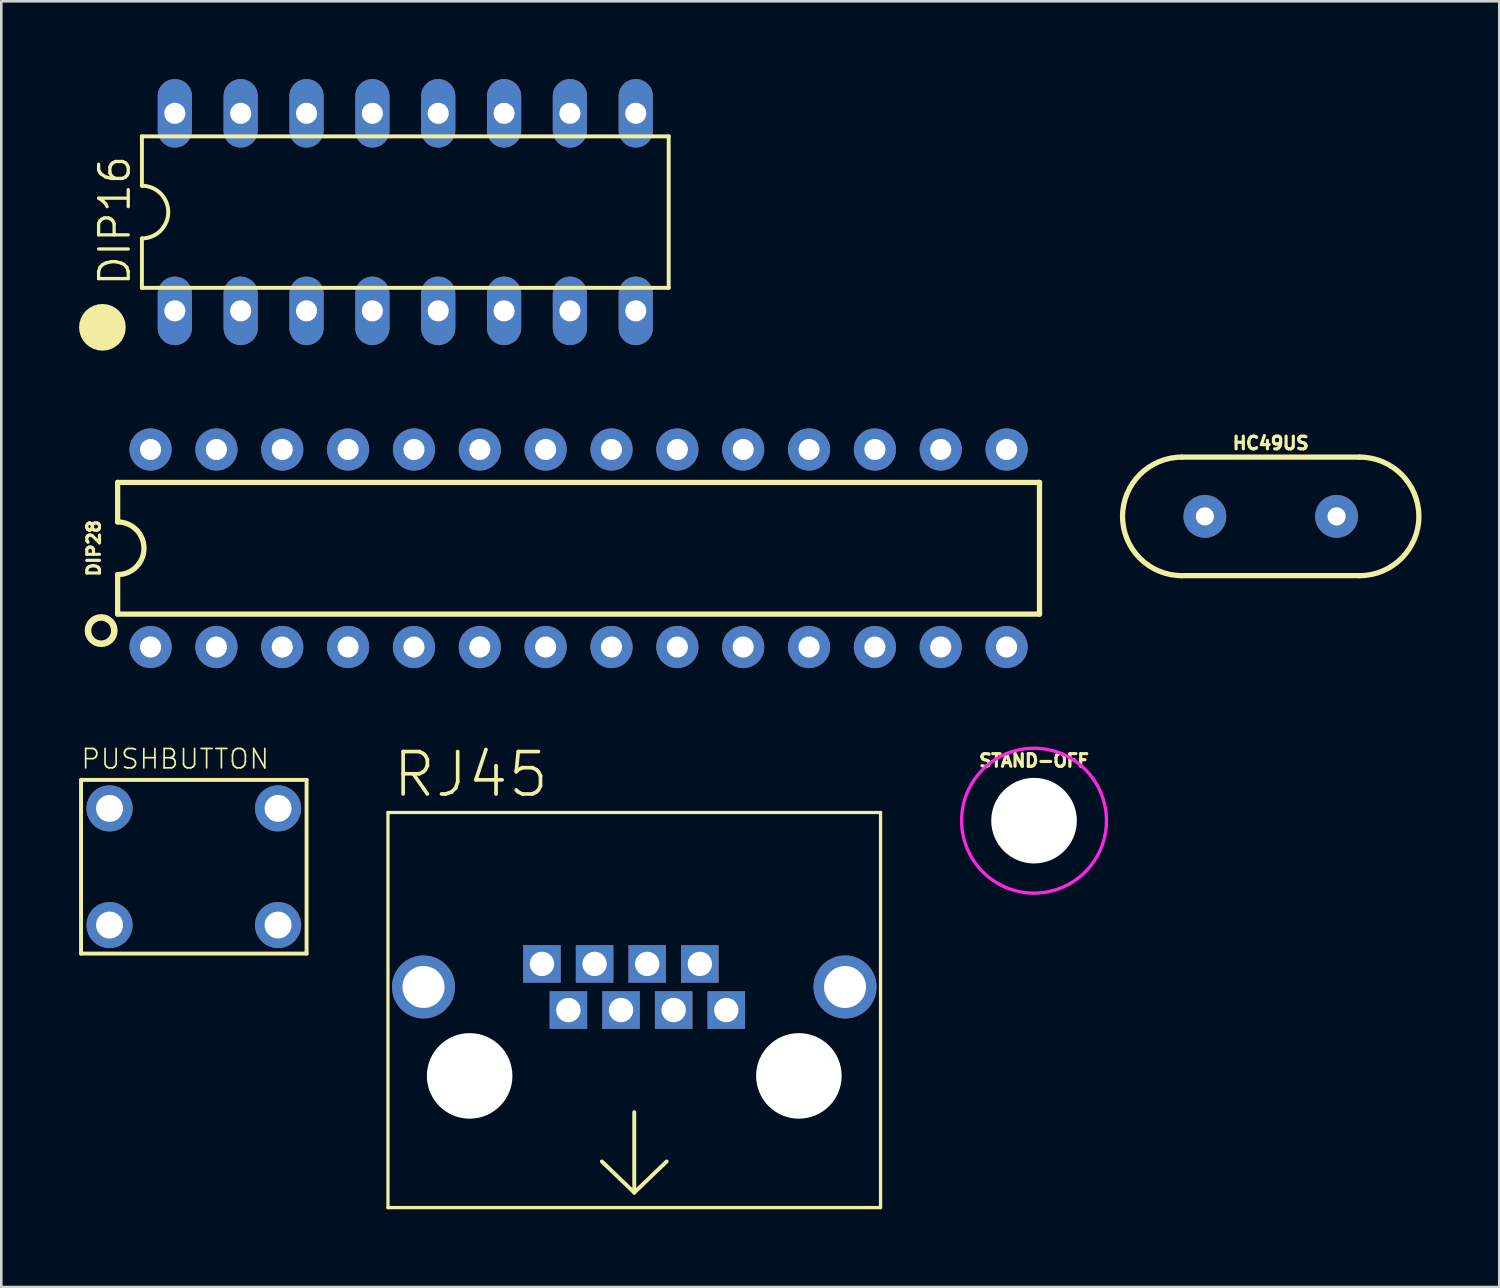
<source format=kicad_pcb>
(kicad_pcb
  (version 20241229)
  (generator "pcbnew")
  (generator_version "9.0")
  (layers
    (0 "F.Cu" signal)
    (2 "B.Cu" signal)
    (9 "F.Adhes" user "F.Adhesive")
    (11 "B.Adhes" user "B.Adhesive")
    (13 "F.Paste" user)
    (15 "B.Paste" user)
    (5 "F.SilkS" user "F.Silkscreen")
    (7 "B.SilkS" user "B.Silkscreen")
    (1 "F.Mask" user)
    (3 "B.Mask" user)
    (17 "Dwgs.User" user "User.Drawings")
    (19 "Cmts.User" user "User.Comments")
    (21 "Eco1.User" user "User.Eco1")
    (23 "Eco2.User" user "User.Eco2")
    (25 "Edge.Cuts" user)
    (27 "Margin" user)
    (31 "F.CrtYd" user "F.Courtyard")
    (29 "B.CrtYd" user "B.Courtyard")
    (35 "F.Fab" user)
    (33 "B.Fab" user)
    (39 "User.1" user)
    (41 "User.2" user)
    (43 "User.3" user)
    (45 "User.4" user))
  (footprint "HC49US"
    (layer "F.Cu")
    (at 45.967 16.869)
    (property "Reference" "HC49US" (at 0 -2.54 0) (layer "F.SilkS") (effects (font (size 0.488 0.488) (thickness 0.122)) (justify bottom)))
    (fp_line (start -3.429 2.286) (end 3.429 2.286) (stroke (width 0.203) (type solid)) (layer "F.SilkS"))
    (fp_line (start 3.429 -2.286) (end -3.429 -2.286) (stroke (width 0.203) (type solid)) (layer "F.SilkS"))
    (fp_arc (start -3.429 2.286) (mid -5.715 0) (end -3.429 -2.286) (stroke (width 0.2032) (type solid)) (layer "F.SilkS"))
    (fp_arc (start 3.429 -2.286) (mid 5.715 0) (end 3.429 2.286) (stroke (width 0.2032) (type solid)) (layer "F.SilkS"))
    (pad "1" thru_hole circle (at -2.54 0 90) (size 1.651 1.651) (drill 0.7) (layers "*.Cu" "*.Mask"))
    (pad "2" thru_hole circle (at 2.54 0 90) (size 1.651 1.651) (drill 0.7) (layers "*.Cu" "*.Mask")))
  (footprint "STAND-OFF"
    (layer "F.Cu")
    (at 36.837 28.607)
    (property "Reference" "STAND-OFF" (at 0 -2.032 0) (layer "F.SilkS") (effects (font (size 0.488 0.488) (thickness 0.122)) (justify bottom)))
    (fp_circle (center 0 0) (end 2.794 0) (stroke (width 0.127) (type solid)) (fill no) (layer "F.CrtYd"))
    (pad "" np_thru_hole circle (at 0 0) (size 3.302 3.302) (drill 3.302) (layers "*.Cu" "*.Mask")))
  (footprint "DIP16"
    (layer "F.Cu")
    (at 12.584 5.131)
    (property "Reference" "DIP16" (at -10.541 2.921 90) (layer "F.SilkS") (effects (font (size 1.143 1.143) (thickness 0.127)) (justify left bottom)))
    (fp_line (start -10.16 -2.921) (end -10.16 -1.016) (stroke (width 0.152) (type solid)) (layer "F.SilkS"))
    (fp_line (start -10.16 2.921) (end -10.16 1.016) (stroke (width 0.152) (type solid)) (layer "F.SilkS"))
    (fp_line (start -10.16 2.921) (end 10.16 2.921) (stroke (width 0.152) (type solid)) (layer "F.SilkS"))
    (fp_line (start 10.16 -2.921) (end -10.16 -2.921) (stroke (width 0.152) (type solid)) (layer "F.SilkS"))
    (fp_line (start 10.16 -2.921) (end 10.16 2.921) (stroke (width 0.152) (type solid)) (layer "F.SilkS"))
    (fp_arc (start -10.16 -1.016) (mid -9.144 0) (end -10.16 1.016) (stroke (width 0.1524) (type solid)) (layer "F.SilkS"))
    (fp_circle (center -11.684 4.445) (end -11.234 4.445) (stroke (width 0.9) (type solid)) (fill no) (layer "F.SilkS"))
    (pad "1" thru_hole oval (at -8.89 3.81 90) (size 2.642 1.321) (drill 0.813) (layers "*.Cu" "*.Mask"))
    (pad "2" thru_hole oval (at -6.35 3.81 90) (size 2.642 1.321) (drill 0.813) (layers "*.Cu" "*.Mask"))
    (pad "3" thru_hole oval (at -3.81 3.81 90) (size 2.642 1.321) (drill 0.813) (layers "*.Cu" "*.Mask"))
    (pad "4" thru_hole oval (at -1.27 3.81 90) (size 2.642 1.321) (drill 0.813) (layers "*.Cu" "*.Mask"))
    (pad "5" thru_hole oval (at 1.27 3.81 90) (size 2.642 1.321) (drill 0.813) (layers "*.Cu" "*.Mask"))
    (pad "6" thru_hole oval (at 3.81 3.81 90) (size 2.642 1.321) (drill 0.813) (layers "*.Cu" "*.Mask"))
    (pad "7" thru_hole oval (at 6.35 3.81 90) (size 2.642 1.321) (drill 0.813) (layers "*.Cu" "*.Mask"))
    (pad "8" thru_hole oval (at 8.89 3.81 90) (size 2.642 1.321) (drill 0.813) (layers "*.Cu" "*.Mask"))
    (pad "9" thru_hole oval (at 8.89 -3.81 90) (size 2.642 1.321) (drill 0.813) (layers "*.Cu" "*.Mask"))
    (pad "10" thru_hole oval (at 6.35 -3.81 90) (size 2.642 1.321) (drill 0.813) (layers "*.Cu" "*.Mask"))
    (pad "11" thru_hole oval (at 3.81 -3.81 90) (size 2.642 1.321) (drill 0.813) (layers "*.Cu" "*.Mask"))
    (pad "12" thru_hole oval (at 1.27 -3.81 90) (size 2.642 1.321) (drill 0.813) (layers "*.Cu" "*.Mask"))
    (pad "13" thru_hole oval (at -1.27 -3.81 90) (size 2.642 1.321) (drill 0.813) (layers "*.Cu" "*.Mask"))
    (pad "14" thru_hole oval (at -3.81 -3.81 90) (size 2.642 1.321) (drill 0.813) (layers "*.Cu" "*.Mask"))
    (pad "15" thru_hole oval (at -6.35 -3.81 90) (size 2.642 1.321) (drill 0.813) (layers "*.Cu" "*.Mask"))
    (pad "16" thru_hole oval (at -8.89 -3.81 90) (size 2.642 1.321) (drill 0.813) (layers "*.Cu" "*.Mask")))
  (footprint "PUSHBUTTON"
    (layer "F.Cu")
    (at 1.176 32.633)
    (property "Reference" "PUSHBUTTON" (at -1.143 -5.969 0) (layer "F.SilkS") (effects (font (size 0.748 0.748) (thickness 0.065)) (justify left bottom)))
    (fp_line (start -1.1 -5.6) (end 7.6 -5.6) (stroke (width 0.152) (type solid)) (layer "F.SilkS"))
    (fp_line (start -1.1 1.1) (end -1.1 -5.6) (stroke (width 0.152) (type solid)) (layer "F.SilkS"))
    (fp_line (start -1.1 1.1) (end 7.6 1.1) (stroke (width 0.152) (type solid)) (layer "F.SilkS"))
    (fp_line (start 7.6 -5.6) (end 7.6 1.1) (stroke (width 0.152) (type solid)) (layer "F.SilkS"))
    (pad "1" thru_hole circle (at 0 0) (size 1.778 1.778) (drill 1.04) (layers "*.Cu" "*.Mask"))
    (pad "2" thru_hole circle (at 6.5 0) (size 1.778 1.778) (drill 1.04) (layers "*.Cu" "*.Mask"))
    (pad "3" thru_hole circle (at 0 -4.5) (size 1.778 1.778) (drill 1.04) (layers "*.Cu" "*.Mask"))
    (pad "4" thru_hole circle (at 6.5 -4.5) (size 1.778 1.778) (drill 1.04) (layers "*.Cu" "*.Mask")))
  (footprint "RJ45"
    (layer "F.Cu")
    (at 15.066 38.452)
    (property "Reference" "RJ45" (at -3.048 -10.668 0) (layer "F.SilkS") (effects (font (size 1.636 1.636) (thickness 0.142)) (justify left bottom)))
    (fp_line (start -3.15 -10.16) (end 15.85 -10.16) (stroke (width 0.127) (type solid)) (layer "F.SilkS"))
    (fp_line (start -3.15 5.08) (end -3.15 -10.16) (stroke (width 0.127) (type solid)) (layer "F.SilkS"))
    (fp_line (start -3.15 5.08) (end 15.85 5.08) (stroke (width 0.127) (type solid)) (layer "F.SilkS"))
    (fp_line (start 6.35 4.5) (end 5.1 3.3) (stroke (width 0.152) (type solid)) (layer "F.SilkS"))
    (fp_line (start 6.35 4.5) (end 6.35 1.4) (stroke (width 0.152) (type solid)) (layer "F.SilkS"))
    (fp_line (start 7.6 3.3) (end 6.35 4.5) (stroke (width 0.152) (type solid)) (layer "F.SilkS"))
    (fp_line (start 15.85 5.08) (end 15.85 -10.16) (stroke (width 0.127) (type solid)) (layer "F.SilkS"))
    (pad "" np_thru_hole circle (at 0 0) (size 3.3 3.3) (drill 3.3) (layers "*.Cu" "*.Mask"))
    (pad "" np_thru_hole circle (at 12.7 0) (size 3.3 3.3) (drill 3.3) (layers "*.Cu" "*.Mask"))
    (pad "1" thru_hole rect (at 9.9 -2.54) (size 1.448 1.448) (drill 0.94) (layers "*.Cu" "*.Mask"))
    (pad "2" thru_hole rect (at 8.88 -4.32) (size 1.448 1.448) (drill 0.94) (layers "*.Cu" "*.Mask"))
    (pad "3" thru_hole rect (at 7.87 -2.54) (size 1.448 1.448) (drill 0.94) (layers "*.Cu" "*.Mask"))
    (pad "4" thru_hole rect (at 6.85 -4.32) (size 1.448 1.448) (drill 0.94) (layers "*.Cu" "*.Mask"))
    (pad "5" thru_hole rect (at 5.84 -2.54) (size 1.448 1.448) (drill 0.94) (layers "*.Cu" "*.Mask"))
    (pad "6" thru_hole rect (at 4.82 -4.32) (size 1.448 1.448) (drill 0.94) (layers "*.Cu" "*.Mask"))
    (pad "7" thru_hole rect (at 3.81 -2.54) (size 1.448 1.448) (drill 0.94) (layers "*.Cu" "*.Mask"))
    (pad "8" thru_hole rect (at 2.79 -4.32) (size 1.448 1.448) (drill 0.94) (layers "*.Cu" "*.Mask"))
    (pad "9" thru_hole circle (at -1.78 -3.43) (size 2.43 2.43) (drill 1.62) (layers "*.Cu" "*.Mask"))
    (pad "10" thru_hole circle (at 14.48 -3.43) (size 2.43 2.43) (drill 1.62) (layers "*.Cu" "*.Mask")))
  (footprint "DIP28"
    (layer "F.Cu")
    (at 19.268 18.099)
    (property "Reference" "DIP28" (at -18.415 0 90) (layer "F.SilkS") (effects (font (size 0.488 0.488) (thickness 0.122)) (justify bottom)))
    (fp_line (start -17.78 -2.54) (end -17.78 -1.016) (stroke (width 0.203) (type solid)) (layer "F.SilkS"))
    (fp_line (start -17.78 2.54) (end -17.78 1.016) (stroke (width 0.203) (type solid)) (layer "F.SilkS"))
    (fp_line (start -17.78 2.54) (end 17.78 2.54) (stroke (width 0.203) (type solid)) (layer "F.SilkS"))
    (fp_line (start 17.78 -2.54) (end -17.78 -2.54) (stroke (width 0.203) (type solid)) (layer "F.SilkS"))
    (fp_line (start 17.78 -2.54) (end 17.78 2.54) (stroke (width 0.203) (type solid)) (layer "F.SilkS"))
    (fp_arc (start -17.78 -1.016) (mid -16.764 0) (end -17.78 1.016) (stroke (width 0.2032) (type solid)) (layer "F.SilkS"))
    (fp_circle (center -18.415 3.175) (end -17.907 3.175) (stroke (width 0.254) (type solid)) (fill no) (layer "F.SilkS"))
    (pad "1" thru_hole circle (at -16.51 3.81 90) (size 1.626 1.626) (drill 0.813) (layers "*.Cu" "*.Mask"))
    (pad "2" thru_hole circle (at -13.97 3.81 90) (size 1.626 1.626) (drill 0.813) (layers "*.Cu" "*.Mask"))
    (pad "3" thru_hole circle (at -11.43 3.81 90) (size 1.626 1.626) (drill 0.813) (layers "*.Cu" "*.Mask"))
    (pad "4" thru_hole circle (at -8.89 3.81 90) (size 1.626 1.626) (drill 0.813) (layers "*.Cu" "*.Mask"))
    (pad "5" thru_hole circle (at -6.35 3.81 90) (size 1.626 1.626) (drill 0.813) (layers "*.Cu" "*.Mask"))
    (pad "6" thru_hole circle (at -3.81 3.81 90) (size 1.626 1.626) (drill 0.813) (layers "*.Cu" "*.Mask"))
    (pad "7" thru_hole circle (at -1.27 3.81 90) (size 1.626 1.626) (drill 0.813) (layers "*.Cu" "*.Mask"))
    (pad "8" thru_hole circle (at 1.27 3.81 90) (size 1.626 1.626) (drill 0.813) (layers "*.Cu" "*.Mask"))
    (pad "9" thru_hole circle (at 3.81 3.81 90) (size 1.626 1.626) (drill 0.813) (layers "*.Cu" "*.Mask"))
    (pad "10" thru_hole circle (at 6.35 3.81 90) (size 1.626 1.626) (drill 0.813) (layers "*.Cu" "*.Mask"))
    (pad "11" thru_hole circle (at 8.89 3.81 90) (size 1.626 1.626) (drill 0.813) (layers "*.Cu" "*.Mask"))
    (pad "12" thru_hole circle (at 11.43 3.81 90) (size 1.626 1.626) (drill 0.813) (layers "*.Cu" "*.Mask"))
    (pad "13" thru_hole circle (at 13.97 3.81 90) (size 1.626 1.626) (drill 0.813) (layers "*.Cu" "*.Mask"))
    (pad "14" thru_hole circle (at 16.51 3.81 90) (size 1.626 1.626) (drill 0.813) (layers "*.Cu" "*.Mask"))
    (pad "15" thru_hole circle (at 16.51 -3.81 90) (size 1.626 1.626) (drill 0.813) (layers "*.Cu" "*.Mask"))
    (pad "16" thru_hole circle (at 13.97 -3.81 90) (size 1.626 1.626) (drill 0.813) (layers "*.Cu" "*.Mask"))
    (pad "17" thru_hole circle (at 11.43 -3.81 90) (size 1.626 1.626) (drill 0.813) (layers "*.Cu" "*.Mask"))
    (pad "18" thru_hole circle (at 8.89 -3.81 90) (size 1.626 1.626) (drill 0.813) (layers "*.Cu" "*.Mask"))
    (pad "19" thru_hole circle (at 6.35 -3.81 90) (size 1.626 1.626) (drill 0.813) (layers "*.Cu" "*.Mask"))
    (pad "20" thru_hole circle (at 3.81 -3.81 90) (size 1.626 1.626) (drill 0.813) (layers "*.Cu" "*.Mask"))
    (pad "21" thru_hole circle (at 1.27 -3.81 90) (size 1.626 1.626) (drill 0.813) (layers "*.Cu" "*.Mask"))
    (pad "22" thru_hole circle (at -1.27 -3.81 90) (size 1.626 1.626) (drill 0.813) (layers "*.Cu" "*.Mask"))
    (pad "23" thru_hole circle (at -3.81 -3.81 90) (size 1.626 1.626) (drill 0.813) (layers "*.Cu" "*.Mask"))
    (pad "24" thru_hole circle (at -6.35 -3.81 90) (size 1.626 1.626) (drill 0.813) (layers "*.Cu" "*.Mask"))
    (pad "25" thru_hole circle (at -8.89 -3.81 90) (size 1.626 1.626) (drill 0.813) (layers "*.Cu" "*.Mask"))
    (pad "26" thru_hole circle (at -11.43 -3.81 90) (size 1.626 1.626) (drill 0.813) (layers "*.Cu" "*.Mask"))
    (pad "27" thru_hole circle (at -13.97 -3.81 90) (size 1.626 1.626) (drill 0.813) (layers "*.Cu" "*.Mask"))
    (pad "28" thru_hole circle (at -16.51 -3.81 90) (size 1.626 1.626) (drill 0.813) (layers "*.Cu" "*.Mask")))
  (gr_rect
    (start -3 -3)
    (end 54.783 46.595)
    (stroke (width 0.1) (type default))
    (fill no)
    (layer "Edge.Cuts")))
</source>
